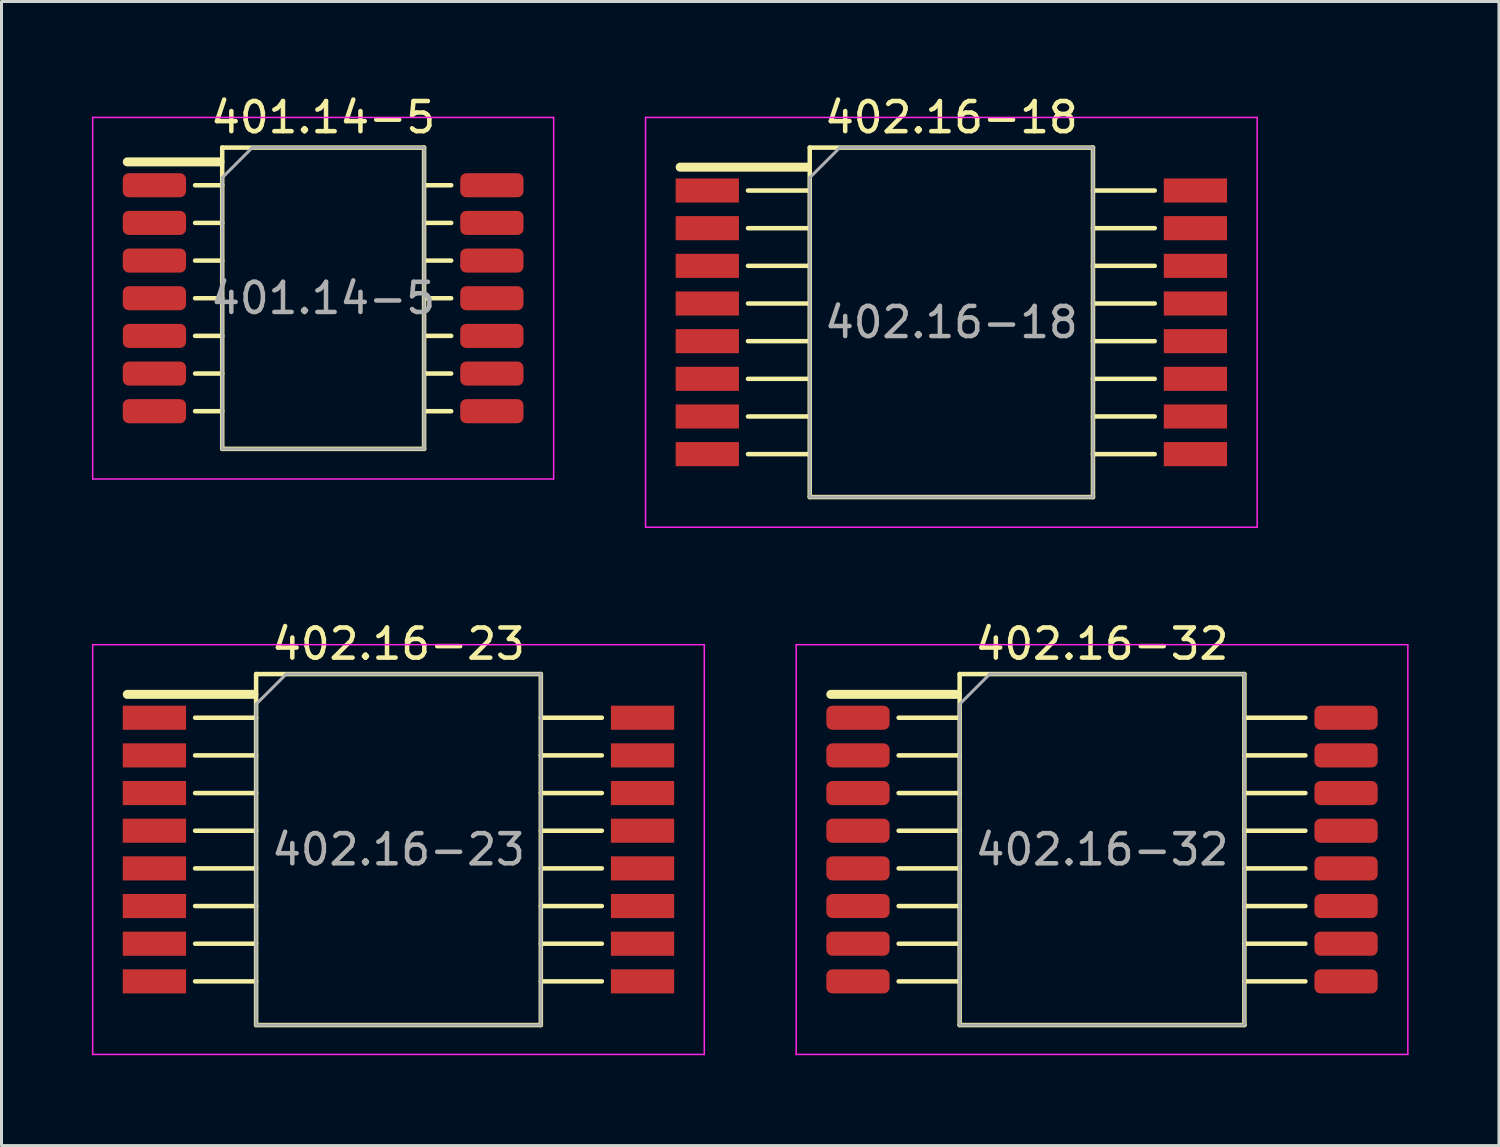
<source format=kicad_pcb>
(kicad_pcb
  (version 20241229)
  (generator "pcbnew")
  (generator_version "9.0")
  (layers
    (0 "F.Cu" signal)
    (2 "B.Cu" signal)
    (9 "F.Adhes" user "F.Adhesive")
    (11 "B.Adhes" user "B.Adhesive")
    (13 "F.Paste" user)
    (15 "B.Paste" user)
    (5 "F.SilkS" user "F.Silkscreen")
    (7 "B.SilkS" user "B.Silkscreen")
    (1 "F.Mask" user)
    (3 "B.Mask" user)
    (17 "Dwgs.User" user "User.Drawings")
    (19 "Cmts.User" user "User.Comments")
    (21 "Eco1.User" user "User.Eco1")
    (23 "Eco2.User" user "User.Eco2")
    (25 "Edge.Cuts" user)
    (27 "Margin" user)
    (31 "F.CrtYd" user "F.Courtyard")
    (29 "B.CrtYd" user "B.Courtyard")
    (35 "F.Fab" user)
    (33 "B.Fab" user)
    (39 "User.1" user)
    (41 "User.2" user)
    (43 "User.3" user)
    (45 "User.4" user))
  (footprint "402.16-18"
    (layer "F.Cu")
    (at 28.525 7.648)
    (property "Reference" "402.16-18" (at 0 -6.8 0) (layer "F.SilkS") (effects (font (size 1 1) (thickness 0.15))))
    (attr through_hole)
    (fp_line (start -4.775 -5.15) (end -9 -5.15) (stroke (width 0.3) (type solid)) (layer "F.SilkS"))
    (fp_line (start -4.7 -5.8) (end -4.7 5.8) (stroke (width 0.15) (type solid)) (layer "F.SilkS"))
    (fp_line (start -4.7 -5.8) (end 4.7 -5.8) (stroke (width 0.15) (type solid)) (layer "F.SilkS"))
    (fp_line (start -4.7 -4.375) (end -6.75 -4.375) (stroke (width 0.15) (type solid)) (layer "F.SilkS"))
    (fp_line (start -4.7 -3.125) (end -6.75 -3.125) (stroke (width 0.15) (type solid)) (layer "F.SilkS"))
    (fp_line (start -4.7 -1.875) (end -6.75 -1.875) (stroke (width 0.15) (type solid)) (layer "F.SilkS"))
    (fp_line (start -4.7 -0.625) (end -6.75 -0.625) (stroke (width 0.15) (type solid)) (layer "F.SilkS"))
    (fp_line (start -4.7 0.625) (end -6.75 0.625) (stroke (width 0.15) (type solid)) (layer "F.SilkS"))
    (fp_line (start -4.7 1.875) (end -6.75 1.875) (stroke (width 0.15) (type solid)) (layer "F.SilkS"))
    (fp_line (start -4.7 3.125) (end -6.75 3.125) (stroke (width 0.15) (type solid)) (layer "F.SilkS"))
    (fp_line (start -4.7 4.375) (end -6.75 4.375) (stroke (width 0.15) (type solid)) (layer "F.SilkS"))
    (fp_line (start -4.7 5.8) (end 4.7 5.8) (stroke (width 0.15) (type solid)) (layer "F.SilkS"))
    (fp_line (start 4.7 -5.8) (end 4.7 5.8) (stroke (width 0.15) (type solid)) (layer "F.SilkS"))
    (fp_line (start 4.7 -4.375) (end 6.75 -4.375) (stroke (width 0.15) (type solid)) (layer "F.SilkS"))
    (fp_line (start 4.7 -3.125) (end 6.75 -3.125) (stroke (width 0.15) (type solid)) (layer "F.SilkS"))
    (fp_line (start 4.7 -1.875) (end 6.75 -1.875) (stroke (width 0.15) (type solid)) (layer "F.SilkS"))
    (fp_line (start 4.7 -0.625) (end 6.75 -0.625) (stroke (width 0.15) (type solid)) (layer "F.SilkS"))
    (fp_line (start 4.7 0.625) (end 6.75 0.625) (stroke (width 0.15) (type solid)) (layer "F.SilkS"))
    (fp_line (start 4.7 1.875) (end 6.75 1.875) (stroke (width 0.15) (type solid)) (layer "F.SilkS"))
    (fp_line (start 4.7 3.125) (end 6.75 3.125) (stroke (width 0.15) (type solid)) (layer "F.SilkS"))
    (fp_line (start 4.7 4.375) (end 6.75 4.375) (stroke (width 0.15) (type solid)) (layer "F.SilkS"))
    (fp_line (start -10.15 -6.8) (end 10.15 -6.8) (stroke (width 0.05) (type solid)) (layer "F.CrtYd"))
    (fp_line (start -10.15 6.8) (end -10.15 -6.8) (stroke (width 0.05) (type solid)) (layer "F.CrtYd"))
    (fp_line (start 10.15 -6.8) (end 10.15 6.8) (stroke (width 0.05) (type solid)) (layer "F.CrtYd"))
    (fp_line (start 10.15 6.8) (end -10.15 6.8) (stroke (width 0.05) (type solid)) (layer "F.CrtYd"))
    (fp_line (start -4.7 -4.8) (end -4.7 5.8) (stroke (width 0.1) (type solid)) (layer "F.Fab"))
    (fp_line (start -4.7 5.8) (end 4.7 5.8) (stroke (width 0.1) (type solid)) (layer "F.Fab"))
    (fp_line (start -3.7 -5.8) (end -4.7 -4.8) (stroke (width 0.1) (type solid)) (layer "F.Fab"))
    (fp_line (start -3.7 -5.8) (end 4.7 -5.8) (stroke (width 0.1) (type solid)) (layer "F.Fab"))
    (fp_line (start 4.7 -5.8) (end 4.7 5.8) (stroke (width 0.1) (type solid)) (layer "F.Fab"))
    (fp_text user "${REFERENCE}" (at 0 0 0) (layer "F.Fab") (effects (font (size 1 1) (thickness 0.15))))
    (pad "1" smd rect (at -8.1 -4.375) (size 2.1 0.8) (layers "F.Cu" "F.Mask"))
    (pad "2" smd rect (at -8.1 -3.125) (size 2.1 0.8) (layers "F.Cu" "F.Mask"))
    (pad "3" smd rect (at -8.1 -1.875) (size 2.1 0.8) (layers "F.Cu" "F.Mask"))
    (pad "4" smd rect (at -8.1 -0.625) (size 2.1 0.8) (layers "F.Cu" "F.Mask"))
    (pad "5" smd rect (at -8.1 0.625) (size 2.1 0.8) (layers "F.Cu" "F.Mask"))
    (pad "6" smd rect (at -8.1 1.875) (size 2.1 0.8) (layers "F.Cu" "F.Mask"))
    (pad "7" smd rect (at -8.1 3.125) (size 2.1 0.8) (layers "F.Cu" "F.Mask"))
    (pad "8" smd rect (at -8.1 4.375) (size 2.1 0.8) (layers "F.Cu" "F.Mask"))
    (pad "9" smd rect (at 8.1 4.375) (size 2.1 0.8) (layers "F.Cu" "F.Mask"))
    (pad "10" smd rect (at 8.1 3.125) (size 2.1 0.8) (layers "F.Cu" "F.Mask"))
    (pad "11" smd rect (at 8.1 1.875) (size 2.1 0.8) (layers "F.Cu" "F.Mask"))
    (pad "12" smd rect (at 8.1 0.625) (size 2.1 0.8) (layers "F.Cu" "F.Mask"))
    (pad "13" smd rect (at 8.1 -0.625) (size 2.1 0.8) (layers "F.Cu" "F.Mask"))
    (pad "14" smd rect (at 8.1 -1.875) (size 2.1 0.8) (layers "F.Cu" "F.Mask"))
    (pad "15" smd rect (at 8.1 -3.125) (size 2.1 0.8) (layers "F.Cu" "F.Mask"))
    (pad "16" smd rect (at 8.1 -4.375) (size 2.1 0.8) (layers "F.Cu" "F.Mask")))
  (footprint "402.16-32"
    (layer "F.Cu")
    (at 33.525 25.146)
    (property "Reference" "402.16-32" (at 0 -6.825 0) (layer "F.SilkS") (effects (font (size 1 1) (thickness 0.15))))
    (attr through_hole)
    (fp_line (start -4.8 -5.15) (end -9 -5.15) (stroke (width 0.3) (type solid)) (layer "F.SilkS"))
    (fp_line (start -4.725 -5.825) (end -4.725 5.825) (stroke (width 0.15) (type solid)) (layer "F.SilkS"))
    (fp_line (start -4.725 -5.825) (end 4.725 -5.825) (stroke (width 0.15) (type solid)) (layer "F.SilkS"))
    (fp_line (start -4.725 -4.375) (end -6.75 -4.375) (stroke (width 0.15) (type solid)) (layer "F.SilkS"))
    (fp_line (start -4.725 -3.125) (end -6.75 -3.125) (stroke (width 0.15) (type solid)) (layer "F.SilkS"))
    (fp_line (start -4.725 -1.875) (end -6.75 -1.875) (stroke (width 0.15) (type solid)) (layer "F.SilkS"))
    (fp_line (start -4.725 -0.625) (end -6.75 -0.625) (stroke (width 0.15) (type solid)) (layer "F.SilkS"))
    (fp_line (start -4.725 0.625) (end -6.75 0.625) (stroke (width 0.15) (type solid)) (layer "F.SilkS"))
    (fp_line (start -4.725 1.875) (end -6.75 1.875) (stroke (width 0.15) (type solid)) (layer "F.SilkS"))
    (fp_line (start -4.725 3.125) (end -6.75 3.125) (stroke (width 0.15) (type solid)) (layer "F.SilkS"))
    (fp_line (start -4.725 4.375) (end -6.75 4.375) (stroke (width 0.15) (type solid)) (layer "F.SilkS"))
    (fp_line (start -4.725 5.825) (end 4.725 5.825) (stroke (width 0.15) (type solid)) (layer "F.SilkS"))
    (fp_line (start 4.725 -5.825) (end 4.725 5.825) (stroke (width 0.15) (type solid)) (layer "F.SilkS"))
    (fp_line (start 4.725 -4.375) (end 6.75 -4.375) (stroke (width 0.15) (type solid)) (layer "F.SilkS"))
    (fp_line (start 4.725 -3.125) (end 6.75 -3.125) (stroke (width 0.15) (type solid)) (layer "F.SilkS"))
    (fp_line (start 4.725 -1.875) (end 6.75 -1.875) (stroke (width 0.15) (type solid)) (layer "F.SilkS"))
    (fp_line (start 4.725 -0.625) (end 6.75 -0.625) (stroke (width 0.15) (type solid)) (layer "F.SilkS"))
    (fp_line (start 4.725 0.625) (end 6.75 0.625) (stroke (width 0.15) (type solid)) (layer "F.SilkS"))
    (fp_line (start 4.725 1.875) (end 6.75 1.875) (stroke (width 0.15) (type solid)) (layer "F.SilkS"))
    (fp_line (start 4.725 3.125) (end 6.75 3.125) (stroke (width 0.15) (type solid)) (layer "F.SilkS"))
    (fp_line (start 4.725 4.375) (end 6.75 4.375) (stroke (width 0.15) (type solid)) (layer "F.SilkS"))
    (fp_line (start -10.15 -6.8) (end 10.15 -6.8) (stroke (width 0.05) (type solid)) (layer "F.CrtYd"))
    (fp_line (start -10.15 6.8) (end -10.15 -6.8) (stroke (width 0.05) (type solid)) (layer "F.CrtYd"))
    (fp_line (start 10.15 -6.8) (end 10.15 6.8) (stroke (width 0.05) (type solid)) (layer "F.CrtYd"))
    (fp_line (start 10.15 6.8) (end -10.15 6.8) (stroke (width 0.05) (type solid)) (layer "F.CrtYd"))
    (fp_line (start -4.725 -4.825) (end -4.725 5.825) (stroke (width 0.1) (type solid)) (layer "F.Fab"))
    (fp_line (start -4.725 5.825) (end 4.725 5.825) (stroke (width 0.1) (type solid)) (layer "F.Fab"))
    (fp_line (start -3.725 -5.825) (end -4.725 -4.825) (stroke (width 0.1) (type solid)) (layer "F.Fab"))
    (fp_line (start -3.725 -5.825) (end 4.725 -5.825) (stroke (width 0.1) (type solid)) (layer "F.Fab"))
    (fp_line (start 4.725 -5.825) (end 4.725 5.825) (stroke (width 0.1) (type solid)) (layer "F.Fab"))
    (fp_text user "${REFERENCE}" (at 0 0 0) (layer "F.Fab") (effects (font (size 1 1) (thickness 0.15))))
    (pad "1" smd roundrect (at -8.1 -4.375) (size 2.1 0.8) (layers "F.Cu" "F.Mask") (roundrect_rratio 0.25))
    (pad "2" smd roundrect (at -8.1 -3.125) (size 2.1 0.8) (layers "F.Cu" "F.Mask") (roundrect_rratio 0.25))
    (pad "3" smd roundrect (at -8.1 -1.875) (size 2.1 0.8) (layers "F.Cu" "F.Mask") (roundrect_rratio 0.25))
    (pad "4" smd roundrect (at -8.1 -0.625) (size 2.1 0.8) (layers "F.Cu" "F.Mask") (roundrect_rratio 0.25))
    (pad "5" smd roundrect (at -8.1 0.625) (size 2.1 0.8) (layers "F.Cu" "F.Mask") (roundrect_rratio 0.25))
    (pad "6" smd roundrect (at -8.1 1.875) (size 2.1 0.8) (layers "F.Cu" "F.Mask") (roundrect_rratio 0.25))
    (pad "7" smd roundrect (at -8.1 3.125) (size 2.1 0.8) (layers "F.Cu" "F.Mask") (roundrect_rratio 0.25))
    (pad "8" smd roundrect (at -8.1 4.375) (size 2.1 0.8) (layers "F.Cu" "F.Mask") (roundrect_rratio 0.25))
    (pad "9" smd roundrect (at 8.1 4.375) (size 2.1 0.8) (layers "F.Cu" "F.Mask") (roundrect_rratio 0.25))
    (pad "10" smd roundrect (at 8.1 3.125) (size 2.1 0.8) (layers "F.Cu" "F.Mask") (roundrect_rratio 0.25))
    (pad "11" smd roundrect (at 8.1 1.875) (size 2.1 0.8) (layers "F.Cu" "F.Mask") (roundrect_rratio 0.25))
    (pad "12" smd roundrect (at 8.1 0.625) (size 2.1 0.8) (layers "F.Cu" "F.Mask") (roundrect_rratio 0.25))
    (pad "13" smd roundrect (at 8.1 -0.625) (size 2.1 0.8) (layers "F.Cu" "F.Mask") (roundrect_rratio 0.25))
    (pad "14" smd roundrect (at 8.1 -1.875) (size 2.1 0.8) (layers "F.Cu" "F.Mask") (roundrect_rratio 0.25))
    (pad "15" smd roundrect (at 8.1 -3.125) (size 2.1 0.8) (layers "F.Cu" "F.Mask") (roundrect_rratio 0.25))
    (pad "16" smd roundrect (at 8.1 -4.375) (size 2.1 0.8) (layers "F.Cu" "F.Mask") (roundrect_rratio 0.25)))
  (footprint "401.14-5"
    (layer "F.Cu")
    (at 7.675 6.848)
    (property "Reference" "401.14-5" (at 0 -6 0) (layer "F.SilkS") (effects (font (size 1 1) (thickness 0.15))))
    (attr through_hole)
    (fp_line (start -3.425 -4.525) (end -6.5 -4.525) (stroke (width 0.3) (type solid)) (layer "F.SilkS"))
    (fp_line (start -3.35 -5) (end -3.35 5) (stroke (width 0.15) (type solid)) (layer "F.SilkS"))
    (fp_line (start -3.35 -5) (end 3.35 -5) (stroke (width 0.15) (type solid)) (layer "F.SilkS"))
    (fp_line (start -3.35 -3.75) (end -4.25 -3.75) (stroke (width 0.15) (type solid)) (layer "F.SilkS"))
    (fp_line (start -3.35 -2.5) (end -4.25 -2.5) (stroke (width 0.15) (type solid)) (layer "F.SilkS"))
    (fp_line (start -3.35 -1.25) (end -4.25 -1.25) (stroke (width 0.15) (type solid)) (layer "F.SilkS"))
    (fp_line (start -3.35 0) (end -4.25 0) (stroke (width 0.15) (type solid)) (layer "F.SilkS"))
    (fp_line (start -3.35 1.25) (end -4.25 1.25) (stroke (width 0.15) (type solid)) (layer "F.SilkS"))
    (fp_line (start -3.35 2.5) (end -4.25 2.5) (stroke (width 0.15) (type solid)) (layer "F.SilkS"))
    (fp_line (start -3.35 3.75) (end -4.25 3.75) (stroke (width 0.15) (type solid)) (layer "F.SilkS"))
    (fp_line (start -3.35 5) (end 3.35 5) (stroke (width 0.15) (type solid)) (layer "F.SilkS"))
    (fp_line (start 3.35 -5) (end 3.35 5) (stroke (width 0.15) (type solid)) (layer "F.SilkS"))
    (fp_line (start 3.35 -3.75) (end 4.25 -3.75) (stroke (width 0.15) (type solid)) (layer "F.SilkS"))
    (fp_line (start 3.35 -2.5) (end 4.25 -2.5) (stroke (width 0.15) (type solid)) (layer "F.SilkS"))
    (fp_line (start 3.35 -1.25) (end 4.25 -1.25) (stroke (width 0.15) (type solid)) (layer "F.SilkS"))
    (fp_line (start 3.35 0) (end 4.25 0) (stroke (width 0.15) (type solid)) (layer "F.SilkS"))
    (fp_line (start 3.35 1.25) (end 4.25 1.25) (stroke (width 0.15) (type solid)) (layer "F.SilkS"))
    (fp_line (start 3.35 2.5) (end 4.25 2.5) (stroke (width 0.15) (type solid)) (layer "F.SilkS"))
    (fp_line (start 3.35 3.75) (end 4.25 3.75) (stroke (width 0.15) (type solid)) (layer "F.SilkS"))
    (fp_line (start -7.65 -6) (end 7.65 -6) (stroke (width 0.05) (type solid)) (layer "F.CrtYd"))
    (fp_line (start -7.65 6) (end -7.65 -6) (stroke (width 0.05) (type solid)) (layer "F.CrtYd"))
    (fp_line (start 7.65 -6) (end 7.65 6) (stroke (width 0.05) (type solid)) (layer "F.CrtYd"))
    (fp_line (start 7.65 6) (end -7.65 6) (stroke (width 0.05) (type solid)) (layer "F.CrtYd"))
    (fp_line (start -3.35 -4) (end -3.35 5) (stroke (width 0.1) (type solid)) (layer "F.Fab"))
    (fp_line (start -3.35 5) (end 3.35 5) (stroke (width 0.1) (type solid)) (layer "F.Fab"))
    (fp_line (start -2.35 -5) (end -3.35 -4) (stroke (width 0.1) (type solid)) (layer "F.Fab"))
    (fp_line (start -2.35 -5) (end 3.35 -5) (stroke (width 0.1) (type solid)) (layer "F.Fab"))
    (fp_line (start 3.35 -5) (end 3.35 5) (stroke (width 0.1) (type solid)) (layer "F.Fab"))
    (fp_text user "${REFERENCE}" (at 0 0 0) (layer "F.Fab") (effects (font (size 1 1) (thickness 0.15))))
    (pad "1" smd roundrect (at -5.6 -3.75) (size 2.1 0.8) (layers "F.Cu" "F.Mask") (roundrect_rratio 0.25))
    (pad "2" smd roundrect (at -5.6 -2.5) (size 2.1 0.8) (layers "F.Cu" "F.Mask") (roundrect_rratio 0.25))
    (pad "3" smd roundrect (at -5.6 -1.25) (size 2.1 0.8) (layers "F.Cu" "F.Mask") (roundrect_rratio 0.25))
    (pad "4" smd roundrect (at -5.6 0) (size 2.1 0.8) (layers "F.Cu" "F.Mask") (roundrect_rratio 0.25))
    (pad "5" smd roundrect (at -5.6 1.25) (size 2.1 0.8) (layers "F.Cu" "F.Mask") (roundrect_rratio 0.25))
    (pad "6" smd roundrect (at -5.6 2.5) (size 2.1 0.8) (layers "F.Cu" "F.Mask") (roundrect_rratio 0.25))
    (pad "7" smd roundrect (at -5.6 3.75) (size 2.1 0.8) (layers "F.Cu" "F.Mask") (roundrect_rratio 0.25))
    (pad "8" smd roundrect (at 5.6 3.75) (size 2.1 0.8) (layers "F.Cu" "F.Mask") (roundrect_rratio 0.25))
    (pad "9" smd roundrect (at 5.6 2.5) (size 2.1 0.8) (layers "F.Cu" "F.Mask") (roundrect_rratio 0.25))
    (pad "10" smd roundrect (at 5.6 1.25) (size 2.1 0.8) (layers "F.Cu" "F.Mask") (roundrect_rratio 0.25))
    (pad "11" smd roundrect (at 5.6 0) (size 2.1 0.8) (layers "F.Cu" "F.Mask") (roundrect_rratio 0.25))
    (pad "12" smd roundrect (at 5.6 -1.25) (size 2.1 0.8) (layers "F.Cu" "F.Mask") (roundrect_rratio 0.25))
    (pad "13" smd roundrect (at 5.6 -2.5) (size 2.1 0.8) (layers "F.Cu" "F.Mask") (roundrect_rratio 0.25))
    (pad "14" smd roundrect (at 5.6 -3.75) (size 2.1 0.8) (layers "F.Cu" "F.Mask") (roundrect_rratio 0.25)))
  (footprint "402.16-23"
    (layer "F.Cu")
    (at 10.175 25.146)
    (property "Reference" "402.16-23" (at 0 -6.825 0) (layer "F.SilkS") (effects (font (size 1 1) (thickness 0.15))))
    (attr through_hole)
    (fp_line (start -4.8 -5.15) (end -9 -5.15) (stroke (width 0.3) (type solid)) (layer "F.SilkS"))
    (fp_line (start -4.725 -5.825) (end -4.725 5.825) (stroke (width 0.15) (type solid)) (layer "F.SilkS"))
    (fp_line (start -4.725 -5.825) (end 4.725 -5.825) (stroke (width 0.15) (type solid)) (layer "F.SilkS"))
    (fp_line (start -4.725 -4.375) (end -6.75 -4.375) (stroke (width 0.15) (type solid)) (layer "F.SilkS"))
    (fp_line (start -4.725 -3.125) (end -6.75 -3.125) (stroke (width 0.15) (type solid)) (layer "F.SilkS"))
    (fp_line (start -4.725 -1.875) (end -6.75 -1.875) (stroke (width 0.15) (type solid)) (layer "F.SilkS"))
    (fp_line (start -4.725 -0.625) (end -6.75 -0.625) (stroke (width 0.15) (type solid)) (layer "F.SilkS"))
    (fp_line (start -4.725 0.625) (end -6.75 0.625) (stroke (width 0.15) (type solid)) (layer "F.SilkS"))
    (fp_line (start -4.725 1.875) (end -6.75 1.875) (stroke (width 0.15) (type solid)) (layer "F.SilkS"))
    (fp_line (start -4.725 3.125) (end -6.75 3.125) (stroke (width 0.15) (type solid)) (layer "F.SilkS"))
    (fp_line (start -4.725 4.375) (end -6.75 4.375) (stroke (width 0.15) (type solid)) (layer "F.SilkS"))
    (fp_line (start -4.725 5.825) (end 4.725 5.825) (stroke (width 0.15) (type solid)) (layer "F.SilkS"))
    (fp_line (start 4.725 -5.825) (end 4.725 5.825) (stroke (width 0.15) (type solid)) (layer "F.SilkS"))
    (fp_line (start 4.725 -4.375) (end 6.75 -4.375) (stroke (width 0.15) (type solid)) (layer "F.SilkS"))
    (fp_line (start 4.725 -3.125) (end 6.75 -3.125) (stroke (width 0.15) (type solid)) (layer "F.SilkS"))
    (fp_line (start 4.725 -1.875) (end 6.75 -1.875) (stroke (width 0.15) (type solid)) (layer "F.SilkS"))
    (fp_line (start 4.725 -0.625) (end 6.75 -0.625) (stroke (width 0.15) (type solid)) (layer "F.SilkS"))
    (fp_line (start 4.725 0.625) (end 6.75 0.625) (stroke (width 0.15) (type solid)) (layer "F.SilkS"))
    (fp_line (start 4.725 1.875) (end 6.75 1.875) (stroke (width 0.15) (type solid)) (layer "F.SilkS"))
    (fp_line (start 4.725 3.125) (end 6.75 3.125) (stroke (width 0.15) (type solid)) (layer "F.SilkS"))
    (fp_line (start 4.725 4.375) (end 6.75 4.375) (stroke (width 0.15) (type solid)) (layer "F.SilkS"))
    (fp_line (start -10.15 -6.8) (end 10.15 -6.8) (stroke (width 0.05) (type solid)) (layer "F.CrtYd"))
    (fp_line (start -10.15 6.8) (end -10.15 -6.8) (stroke (width 0.05) (type solid)) (layer "F.CrtYd"))
    (fp_line (start 10.15 -6.8) (end 10.15 6.8) (stroke (width 0.05) (type solid)) (layer "F.CrtYd"))
    (fp_line (start 10.15 6.8) (end -10.15 6.8) (stroke (width 0.05) (type solid)) (layer "F.CrtYd"))
    (fp_line (start -4.725 -4.825) (end -4.725 5.825) (stroke (width 0.1) (type solid)) (layer "F.Fab"))
    (fp_line (start -4.725 5.825) (end 4.725 5.825) (stroke (width 0.1) (type solid)) (layer "F.Fab"))
    (fp_line (start -3.725 -5.825) (end -4.725 -4.825) (stroke (width 0.1) (type solid)) (layer "F.Fab"))
    (fp_line (start -3.725 -5.825) (end 4.725 -5.825) (stroke (width 0.1) (type solid)) (layer "F.Fab"))
    (fp_line (start 4.725 -5.825) (end 4.725 5.825) (stroke (width 0.1) (type solid)) (layer "F.Fab"))
    (fp_text user "${REFERENCE}" (at 0 0 0) (layer "F.Fab") (effects (font (size 1 1) (thickness 0.15))))
    (pad "1" smd rect (at -8.1 -4.375) (size 2.1 0.8) (layers "F.Cu" "F.Mask"))
    (pad "2" smd rect (at -8.1 -3.125) (size 2.1 0.8) (layers "F.Cu" "F.Mask"))
    (pad "3" smd rect (at -8.1 -1.875) (size 2.1 0.8) (layers "F.Cu" "F.Mask"))
    (pad "4" smd rect (at -8.1 -0.625) (size 2.1 0.8) (layers "F.Cu" "F.Mask"))
    (pad "5" smd rect (at -8.1 0.625) (size 2.1 0.8) (layers "F.Cu" "F.Mask"))
    (pad "6" smd rect (at -8.1 1.875) (size 2.1 0.8) (layers "F.Cu" "F.Mask"))
    (pad "7" smd rect (at -8.1 3.125) (size 2.1 0.8) (layers "F.Cu" "F.Mask"))
    (pad "8" smd rect (at -8.1 4.375) (size 2.1 0.8) (layers "F.Cu" "F.Mask"))
    (pad "9" smd rect (at 8.1 4.375) (size 2.1 0.8) (layers "F.Cu" "F.Mask"))
    (pad "10" smd rect (at 8.1 3.125) (size 2.1 0.8) (layers "F.Cu" "F.Mask"))
    (pad "11" smd rect (at 8.1 1.875) (size 2.1 0.8) (layers "F.Cu" "F.Mask"))
    (pad "12" smd rect (at 8.1 0.625) (size 2.1 0.8) (layers "F.Cu" "F.Mask"))
    (pad "13" smd rect (at 8.1 -0.625) (size 2.1 0.8) (layers "F.Cu" "F.Mask"))
    (pad "14" smd rect (at 8.1 -1.875) (size 2.1 0.8) (layers "F.Cu" "F.Mask"))
    (pad "15" smd rect (at 8.1 -3.125) (size 2.1 0.8) (layers "F.Cu" "F.Mask"))
    (pad "16" smd rect (at 8.1 -4.375) (size 2.1 0.8) (layers "F.Cu" "F.Mask")))
  (gr_rect
    (start -3 -3)
    (end 46.7 34.971)
    (stroke (width 0.1) (type default))
    (fill no)
    (layer "Edge.Cuts")))
</source>
